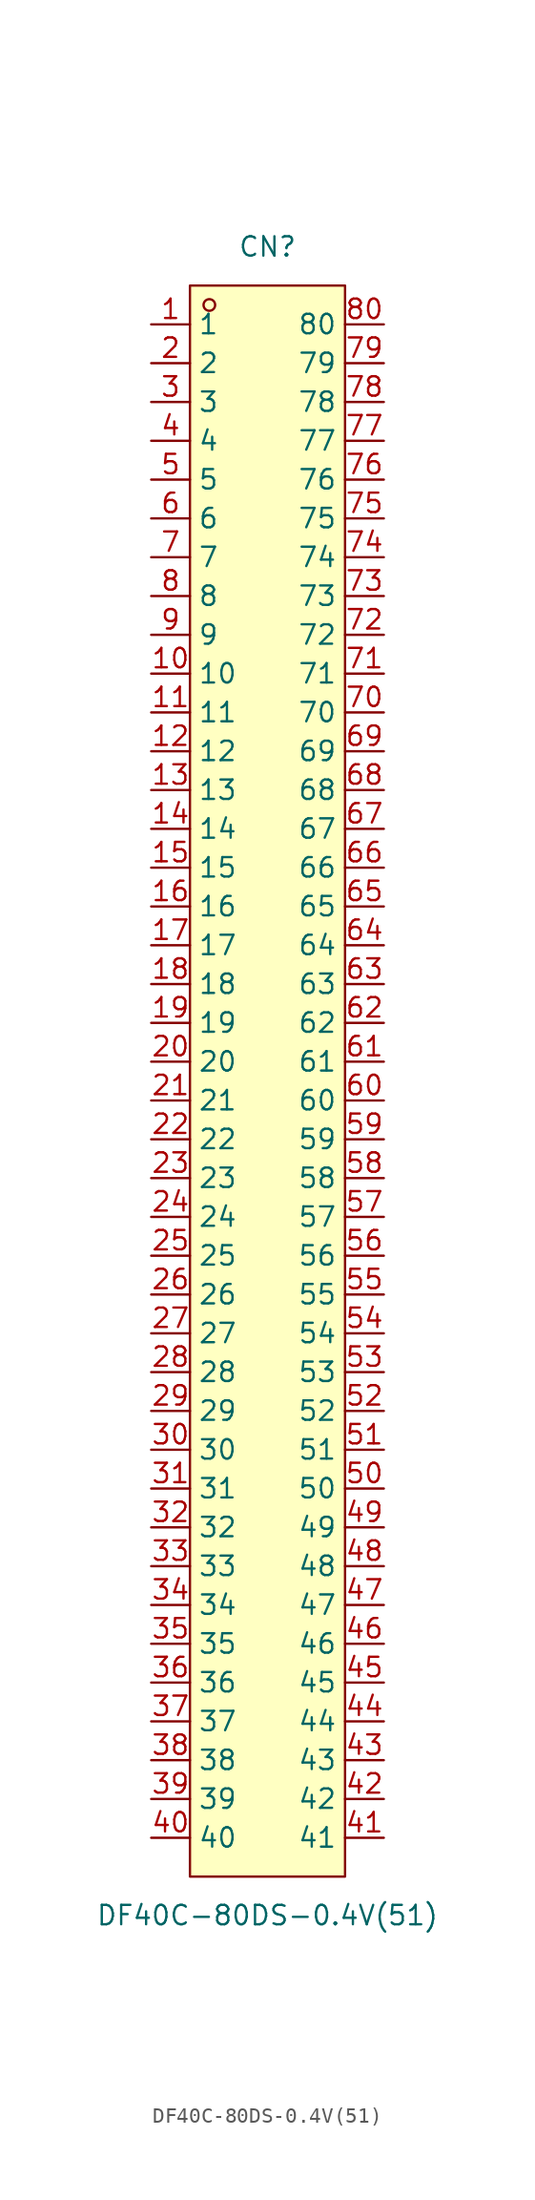
<source format=kicad_sym>
(kicad_symbol_lib
  (version 20231120)
  (generator "kicad_symbol_editor")
  (generator_version "8.0")
  (symbol "DF40C-80DS-0.4V(51)"
    (property "Reference" "CN"
      (at 0 54.61 0)
      (effects (font (size 1.27 1.27))))
    (property "Value" "DF40C-80DS-0.4V(51)"
      (at 0 -54.61 0)
      (effects (font (size 1.27 1.27))))
    (symbol "DF40C-80DS-0.4V(51)_0_1"
      (rectangle (start -5.08 52.07) (end 5.08 -52.07) (stroke (width 0) (type default)) (fill (type background)))
      (circle (center -3.81 50.8) (radius 0.38) (stroke (width 0) (type default)) (fill (type none)))
      (pin unspecified line (at -7.62 49.53 0) (length 2.54) (name "1" (effects (font (size 1.27 1.27)))) (number "1" (effects (font (size 1.27 1.27)))))
      (pin unspecified line (at -7.62 26.67 0) (length 2.54) (name "10" (effects (font (size 1.27 1.27)))) (number "10" (effects (font (size 1.27 1.27)))))
      (pin unspecified line (at -7.62 24.13 0) (length 2.54) (name "11" (effects (font (size 1.27 1.27)))) (number "11" (effects (font (size 1.27 1.27)))))
      (pin unspecified line (at -7.62 21.59 0) (length 2.54) (name "12" (effects (font (size 1.27 1.27)))) (number "12" (effects (font (size 1.27 1.27)))))
      (pin unspecified line (at -7.62 19.05 0) (length 2.54) (name "13" (effects (font (size 1.27 1.27)))) (number "13" (effects (font (size 1.27 1.27)))))
      (pin unspecified line (at -7.62 16.51 0) (length 2.54) (name "14" (effects (font (size 1.27 1.27)))) (number "14" (effects (font (size 1.27 1.27)))))
      (pin unspecified line (at -7.62 13.97 0) (length 2.54) (name "15" (effects (font (size 1.27 1.27)))) (number "15" (effects (font (size 1.27 1.27)))))
      (pin unspecified line (at -7.62 11.43 0) (length 2.54) (name "16" (effects (font (size 1.27 1.27)))) (number "16" (effects (font (size 1.27 1.27)))))
      (pin unspecified line (at -7.62 8.89 0) (length 2.54) (name "17" (effects (font (size 1.27 1.27)))) (number "17" (effects (font (size 1.27 1.27)))))
      (pin unspecified line (at -7.62 6.35 0) (length 2.54) (name "18" (effects (font (size 1.27 1.27)))) (number "18" (effects (font (size 1.27 1.27)))))
      (pin unspecified line (at -7.62 3.81 0) (length 2.54) (name "19" (effects (font (size 1.27 1.27)))) (number "19" (effects (font (size 1.27 1.27)))))
      (pin unspecified line (at -7.62 46.99 0) (length 2.54) (name "2" (effects (font (size 1.27 1.27)))) (number "2" (effects (font (size 1.27 1.27)))))
      (pin unspecified line (at -7.62 1.27 0) (length 2.54) (name "20" (effects (font (size 1.27 1.27)))) (number "20" (effects (font (size 1.27 1.27)))))
      (pin unspecified line (at -7.62 -1.27 0) (length 2.54) (name "21" (effects (font (size 1.27 1.27)))) (number "21" (effects (font (size 1.27 1.27)))))
      (pin unspecified line (at -7.62 -3.81 0) (length 2.54) (name "22" (effects (font (size 1.27 1.27)))) (number "22" (effects (font (size 1.27 1.27)))))
      (pin unspecified line (at -7.62 -6.35 0) (length 2.54) (name "23" (effects (font (size 1.27 1.27)))) (number "23" (effects (font (size 1.27 1.27)))))
      (pin unspecified line (at -7.62 -8.89 0) (length 2.54) (name "24" (effects (font (size 1.27 1.27)))) (number "24" (effects (font (size 1.27 1.27)))))
      (pin unspecified line (at -7.62 -11.43 0) (length 2.54) (name "25" (effects (font (size 1.27 1.27)))) (number "25" (effects (font (size 1.27 1.27)))))
      (pin unspecified line (at -7.62 -13.97 0) (length 2.54) (name "26" (effects (font (size 1.27 1.27)))) (number "26" (effects (font (size 1.27 1.27)))))
      (pin unspecified line (at -7.62 -16.51 0) (length 2.54) (name "27" (effects (font (size 1.27 1.27)))) (number "27" (effects (font (size 1.27 1.27)))))
      (pin unspecified line (at -7.62 -19.05 0) (length 2.54) (name "28" (effects (font (size 1.27 1.27)))) (number "28" (effects (font (size 1.27 1.27)))))
      (pin unspecified line (at -7.62 -21.59 0) (length 2.54) (name "29" (effects (font (size 1.27 1.27)))) (number "29" (effects (font (size 1.27 1.27)))))
      (pin unspecified line (at -7.62 44.45 0) (length 2.54) (name "3" (effects (font (size 1.27 1.27)))) (number "3" (effects (font (size 1.27 1.27)))))
      (pin unspecified line (at -7.62 -24.13 0) (length 2.54) (name "30" (effects (font (size 1.27 1.27)))) (number "30" (effects (font (size 1.27 1.27)))))
      (pin unspecified line (at -7.62 -26.67 0) (length 2.54) (name "31" (effects (font (size 1.27 1.27)))) (number "31" (effects (font (size 1.27 1.27)))))
      (pin unspecified line (at -7.62 -29.21 0) (length 2.54) (name "32" (effects (font (size 1.27 1.27)))) (number "32" (effects (font (size 1.27 1.27)))))
      (pin unspecified line (at -7.62 -31.75 0) (length 2.54) (name "33" (effects (font (size 1.27 1.27)))) (number "33" (effects (font (size 1.27 1.27)))))
      (pin unspecified line (at -7.62 -34.29 0) (length 2.54) (name "34" (effects (font (size 1.27 1.27)))) (number "34" (effects (font (size 1.27 1.27)))))
      (pin unspecified line (at -7.62 -36.83 0) (length 2.54) (name "35" (effects (font (size 1.27 1.27)))) (number "35" (effects (font (size 1.27 1.27)))))
      (pin unspecified line (at -7.62 -39.37 0) (length 2.54) (name "36" (effects (font (size 1.27 1.27)))) (number "36" (effects (font (size 1.27 1.27)))))
      (pin unspecified line (at -7.62 -41.91 0) (length 2.54) (name "37" (effects (font (size 1.27 1.27)))) (number "37" (effects (font (size 1.27 1.27)))))
      (pin unspecified line (at -7.62 -44.45 0) (length 2.54) (name "38" (effects (font (size 1.27 1.27)))) (number "38" (effects (font (size 1.27 1.27)))))
      (pin unspecified line (at -7.62 -46.99 0) (length 2.54) (name "39" (effects (font (size 1.27 1.27)))) (number "39" (effects (font (size 1.27 1.27)))))
      (pin unspecified line (at -7.62 41.91 0) (length 2.54) (name "4" (effects (font (size 1.27 1.27)))) (number "4" (effects (font (size 1.27 1.27)))))
      (pin unspecified line (at -7.62 -49.53 0) (length 2.54) (name "40" (effects (font (size 1.27 1.27)))) (number "40" (effects (font (size 1.27 1.27)))))
      (pin unspecified line (at 7.62 -49.53 180) (length 2.54) (name "41" (effects (font (size 1.27 1.27)))) (number "41" (effects (font (size 1.27 1.27)))))
      (pin unspecified line (at 7.62 -46.99 180) (length 2.54) (name "42" (effects (font (size 1.27 1.27)))) (number "42" (effects (font (size 1.27 1.27)))))
      (pin unspecified line (at 7.62 -44.45 180) (length 2.54) (name "43" (effects (font (size 1.27 1.27)))) (number "43" (effects (font (size 1.27 1.27)))))
      (pin unspecified line (at 7.62 -41.91 180) (length 2.54) (name "44" (effects (font (size 1.27 1.27)))) (number "44" (effects (font (size 1.27 1.27)))))
      (pin unspecified line (at 7.62 -39.37 180) (length 2.54) (name "45" (effects (font (size 1.27 1.27)))) (number "45" (effects (font (size 1.27 1.27)))))
      (pin unspecified line (at 7.62 -36.83 180) (length 2.54) (name "46" (effects (font (size 1.27 1.27)))) (number "46" (effects (font (size 1.27 1.27)))))
      (pin unspecified line (at 7.62 -34.29 180) (length 2.54) (name "47" (effects (font (size 1.27 1.27)))) (number "47" (effects (font (size 1.27 1.27)))))
      (pin unspecified line (at 7.62 -31.75 180) (length 2.54) (name "48" (effects (font (size 1.27 1.27)))) (number "48" (effects (font (size 1.27 1.27)))))
      (pin unspecified line (at 7.62 -29.21 180) (length 2.54) (name "49" (effects (font (size 1.27 1.27)))) (number "49" (effects (font (size 1.27 1.27)))))
      (pin unspecified line (at -7.62 39.37 0) (length 2.54) (name "5" (effects (font (size 1.27 1.27)))) (number "5" (effects (font (size 1.27 1.27)))))
      (pin unspecified line (at 7.62 -26.67 180) (length 2.54) (name "50" (effects (font (size 1.27 1.27)))) (number "50" (effects (font (size 1.27 1.27)))))
      (pin unspecified line (at 7.62 -24.13 180) (length 2.54) (name "51" (effects (font (size 1.27 1.27)))) (number "51" (effects (font (size 1.27 1.27)))))
      (pin unspecified line (at 7.62 -21.59 180) (length 2.54) (name "52" (effects (font (size 1.27 1.27)))) (number "52" (effects (font (size 1.27 1.27)))))
      (pin unspecified line (at 7.62 -19.05 180) (length 2.54) (name "53" (effects (font (size 1.27 1.27)))) (number "53" (effects (font (size 1.27 1.27)))))
      (pin unspecified line (at 7.62 -16.51 180) (length 2.54) (name "54" (effects (font (size 1.27 1.27)))) (number "54" (effects (font (size 1.27 1.27)))))
      (pin unspecified line (at 7.62 -13.97 180) (length 2.54) (name "55" (effects (font (size 1.27 1.27)))) (number "55" (effects (font (size 1.27 1.27)))))
      (pin unspecified line (at 7.62 -11.43 180) (length 2.54) (name "56" (effects (font (size 1.27 1.27)))) (number "56" (effects (font (size 1.27 1.27)))))
      (pin unspecified line (at 7.62 -8.89 180) (length 2.54) (name "57" (effects (font (size 1.27 1.27)))) (number "57" (effects (font (size 1.27 1.27)))))
      (pin unspecified line (at 7.62 -6.35 180) (length 2.54) (name "58" (effects (font (size 1.27 1.27)))) (number "58" (effects (font (size 1.27 1.27)))))
      (pin unspecified line (at 7.62 -3.81 180) (length 2.54) (name "59" (effects (font (size 1.27 1.27)))) (number "59" (effects (font (size 1.27 1.27)))))
      (pin unspecified line (at -7.62 36.83 0) (length 2.54) (name "6" (effects (font (size 1.27 1.27)))) (number "6" (effects (font (size 1.27 1.27)))))
      (pin unspecified line (at 7.62 -1.27 180) (length 2.54) (name "60" (effects (font (size 1.27 1.27)))) (number "60" (effects (font (size 1.27 1.27)))))
      (pin unspecified line (at 7.62 1.27 180) (length 2.54) (name "61" (effects (font (size 1.27 1.27)))) (number "61" (effects (font (size 1.27 1.27)))))
      (pin unspecified line (at 7.62 3.81 180) (length 2.54) (name "62" (effects (font (size 1.27 1.27)))) (number "62" (effects (font (size 1.27 1.27)))))
      (pin unspecified line (at 7.62 6.35 180) (length 2.54) (name "63" (effects (font (size 1.27 1.27)))) (number "63" (effects (font (size 1.27 1.27)))))
      (pin unspecified line (at 7.62 8.89 180) (length 2.54) (name "64" (effects (font (size 1.27 1.27)))) (number "64" (effects (font (size 1.27 1.27)))))
      (pin unspecified line (at 7.62 11.43 180) (length 2.54) (name "65" (effects (font (size 1.27 1.27)))) (number "65" (effects (font (size 1.27 1.27)))))
      (pin unspecified line (at 7.62 13.97 180) (length 2.54) (name "66" (effects (font (size 1.27 1.27)))) (number "66" (effects (font (size 1.27 1.27)))))
      (pin unspecified line (at 7.62 16.51 180) (length 2.54) (name "67" (effects (font (size 1.27 1.27)))) (number "67" (effects (font (size 1.27 1.27)))))
      (pin unspecified line (at 7.62 19.05 180) (length 2.54) (name "68" (effects (font (size 1.27 1.27)))) (number "68" (effects (font (size 1.27 1.27)))))
      (pin unspecified line (at 7.62 21.59 180) (length 2.54) (name "69" (effects (font (size 1.27 1.27)))) (number "69" (effects (font (size 1.27 1.27)))))
      (pin unspecified line (at -7.62 34.29 0) (length 2.54) (name "7" (effects (font (size 1.27 1.27)))) (number "7" (effects (font (size 1.27 1.27)))))
      (pin unspecified line (at 7.62 24.13 180) (length 2.54) (name "70" (effects (font (size 1.27 1.27)))) (number "70" (effects (font (size 1.27 1.27)))))
      (pin unspecified line (at 7.62 26.67 180) (length 2.54) (name "71" (effects (font (size 1.27 1.27)))) (number "71" (effects (font (size 1.27 1.27)))))
      (pin unspecified line (at 7.62 29.21 180) (length 2.54) (name "72" (effects (font (size 1.27 1.27)))) (number "72" (effects (font (size 1.27 1.27)))))
      (pin unspecified line (at 7.62 31.75 180) (length 2.54) (name "73" (effects (font (size 1.27 1.27)))) (number "73" (effects (font (size 1.27 1.27)))))
      (pin unspecified line (at 7.62 34.29 180) (length 2.54) (name "74" (effects (font (size 1.27 1.27)))) (number "74" (effects (font (size 1.27 1.27)))))
      (pin unspecified line (at 7.62 36.83 180) (length 2.54) (name "75" (effects (font (size 1.27 1.27)))) (number "75" (effects (font (size 1.27 1.27)))))
      (pin unspecified line (at 7.62 39.37 180) (length 2.54) (name "76" (effects (font (size 1.27 1.27)))) (number "76" (effects (font (size 1.27 1.27)))))
      (pin unspecified line (at 7.62 41.91 180) (length 2.54) (name "77" (effects (font (size 1.27 1.27)))) (number "77" (effects (font (size 1.27 1.27)))))
      (pin unspecified line (at 7.62 44.45 180) (length 2.54) (name "78" (effects (font (size 1.27 1.27)))) (number "78" (effects (font (size 1.27 1.27)))))
      (pin unspecified line (at 7.62 46.99 180) (length 2.54) (name "79" (effects (font (size 1.27 1.27)))) (number "79" (effects (font (size 1.27 1.27)))))
      (pin unspecified line (at -7.62 31.75 0) (length 2.54) (name "8" (effects (font (size 1.27 1.27)))) (number "8" (effects (font (size 1.27 1.27)))))
      (pin unspecified line (at 7.62 49.53 180) (length 2.54) (name "80" (effects (font (size 1.27 1.27)))) (number "80" (effects (font (size 1.27 1.27)))))
      (pin unspecified line (at -7.62 29.21 0) (length 2.54) (name "9" (effects (font (size 1.27 1.27)))) (number "9" (effects (font (size 1.27 1.27))))))))
</source>
